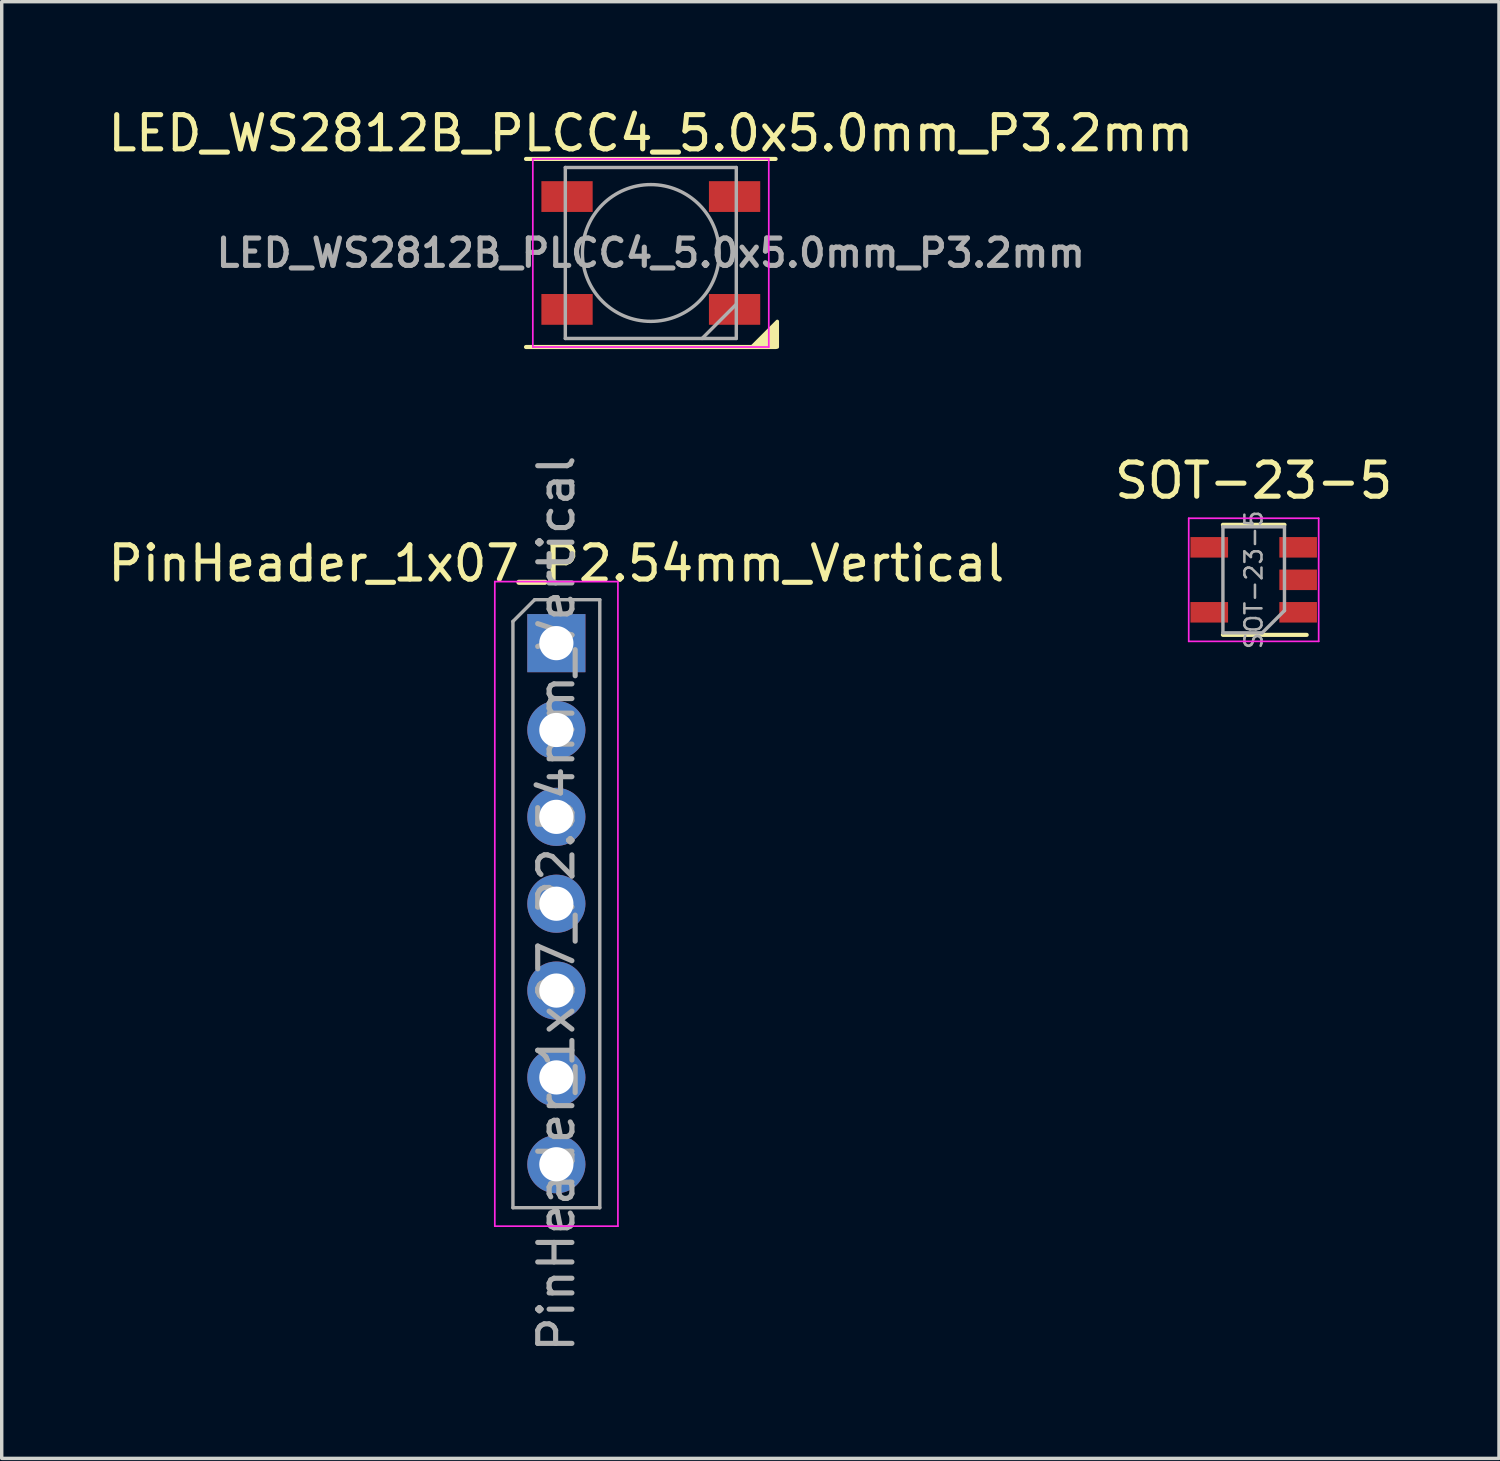
<source format=kicad_pcb>
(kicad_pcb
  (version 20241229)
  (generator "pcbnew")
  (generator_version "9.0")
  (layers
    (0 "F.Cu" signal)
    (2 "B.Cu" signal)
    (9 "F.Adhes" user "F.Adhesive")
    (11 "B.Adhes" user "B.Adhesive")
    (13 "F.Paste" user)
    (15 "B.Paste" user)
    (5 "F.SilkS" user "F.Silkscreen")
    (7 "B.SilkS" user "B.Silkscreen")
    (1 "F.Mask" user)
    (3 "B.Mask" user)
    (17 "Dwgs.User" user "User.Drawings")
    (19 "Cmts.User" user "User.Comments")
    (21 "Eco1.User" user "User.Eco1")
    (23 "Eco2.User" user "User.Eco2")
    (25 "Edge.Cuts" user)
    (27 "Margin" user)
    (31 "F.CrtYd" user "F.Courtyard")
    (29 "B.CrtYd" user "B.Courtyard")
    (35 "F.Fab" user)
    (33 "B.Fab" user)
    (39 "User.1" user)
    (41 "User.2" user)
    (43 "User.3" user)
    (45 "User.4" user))
  (footprint "SOT-23-5"
    (layer "F.Cu")
    (at 33.613 13.906)
    (property "Reference" "SOT-23-5" (at 0 -2.9 0) (layer "F.SilkS") (effects (font (size 1 1) (thickness 0.15))))
    (attr smd)
    (fp_line (start -0.9 1.61) (end 1.55 1.61) (stroke (width 0.12) (type solid)) (layer "F.SilkS"))
    (fp_line (start 0.9 -1.61) (end -0.9 -1.61) (stroke (width 0.12) (type solid)) (layer "F.SilkS"))
    (fp_line (start -1.9 -1.8) (end 1.9 -1.8) (stroke (width 0.05) (type solid)) (layer "F.CrtYd"))
    (fp_line (start -1.9 1.8) (end -1.9 -1.8) (stroke (width 0.05) (type solid)) (layer "F.CrtYd"))
    (fp_line (start 1.9 -1.8) (end 1.9 1.8) (stroke (width 0.05) (type solid)) (layer "F.CrtYd"))
    (fp_line (start 1.9 1.8) (end -1.9 1.8) (stroke (width 0.05) (type solid)) (layer "F.CrtYd"))
    (fp_line (start -0.9 -1.55) (end 0.9 -1.55) (stroke (width 0.1) (type solid)) (layer "F.Fab"))
    (fp_line (start -0.9 1.55) (end -0.9 -1.55) (stroke (width 0.1) (type solid)) (layer "F.Fab"))
    (fp_line (start -0.9 1.55) (end 0.25 1.55) (stroke (width 0.1) (type solid)) (layer "F.Fab"))
    (fp_line (start 0.9 0.9) (end 0.25 1.55) (stroke (width 0.1) (type solid)) (layer "F.Fab"))
    (fp_line (start 0.9 0.9) (end 0.9 -1.55) (stroke (width 0.1) (type solid)) (layer "F.Fab"))
    (fp_text user "${REFERENCE}" (at 0 0 270) (layer "F.Fab") (effects (font (size 0.5 0.5) (thickness 0.075))))
    (pad "1" smd rect (at 1.3 0.95 180) (size 1.1 0.6) (layers "F.Cu" "F.Mask" "F.Paste"))
    (pad "2" smd rect (at 1.3 0 180) (size 1.1 0.6) (layers "F.Cu" "F.Mask" "F.Paste"))
    (pad "3" smd rect (at 1.3 -0.95 180) (size 1.1 0.6) (layers "F.Cu" "F.Mask" "F.Paste"))
    (pad "4" smd rect (at -1.3 -0.95 180) (size 1.1 0.6) (layers "F.Cu" "F.Mask" "F.Paste"))
    (pad "5" smd rect (at -1.3 0.95 180) (size 1.1 0.6) (layers "F.Cu" "F.Mask" "F.Paste")))
  (footprint "PinHeader_1x07_P2.54mm_Vertical"
    (layer "F.Cu")
    (at 13.22 15.758)
    (property "Reference" "PinHeader_1x07_P2.54mm_Vertical" (at 0 -2.33 0) (layer "F.SilkS") (effects (font (size 1 1) (thickness 0.15))))
    (attr through_hole)
    (fp_line (start -1.8 -1.8) (end -1.8 17.05) (stroke (width 0.05) (type solid)) (layer "F.CrtYd"))
    (fp_line (start -1.8 17.05) (end 1.8 17.05) (stroke (width 0.05) (type solid)) (layer "F.CrtYd"))
    (fp_line (start 1.8 -1.8) (end -1.8 -1.8) (stroke (width 0.05) (type solid)) (layer "F.CrtYd"))
    (fp_line (start 1.8 17.05) (end 1.8 -1.8) (stroke (width 0.05) (type solid)) (layer "F.CrtYd"))
    (fp_line (start -1.27 -0.635) (end -0.635 -1.27) (stroke (width 0.1) (type solid)) (layer "F.Fab"))
    (fp_line (start -1.27 16.51) (end -1.27 -0.635) (stroke (width 0.1) (type solid)) (layer "F.Fab"))
    (fp_line (start -0.635 -1.27) (end 1.27 -1.27) (stroke (width 0.1) (type solid)) (layer "F.Fab"))
    (fp_line (start 1.27 -1.27) (end 1.27 16.51) (stroke (width 0.1) (type solid)) (layer "F.Fab"))
    (fp_line (start 1.27 16.51) (end -1.27 16.51) (stroke (width 0.1) (type solid)) (layer "F.Fab"))
    (fp_text user "${REFERENCE}" (at 0 7.62 90) (layer "F.Fab") (effects (font (size 1 1) (thickness 0.15))))
    (pad "1" thru_hole rect (at 0 0) (size 1.7 1.7) (drill 1) (layers "*.Cu" "*.Mask"))
    (pad "2" thru_hole oval (at 0 2.54) (size 1.7 1.7) (drill 1) (layers "*.Cu" "*.Mask"))
    (pad "3" thru_hole oval (at 0 5.08) (size 1.7 1.7) (drill 1) (layers "*.Cu" "*.Mask"))
    (pad "4" thru_hole oval (at 0 7.62) (size 1.7 1.7) (drill 1) (layers "*.Cu" "*.Mask"))
    (pad "5" thru_hole oval (at 0 10.16) (size 1.7 1.7) (drill 1) (layers "*.Cu" "*.Mask"))
    (pad "6" thru_hole oval (at 0 12.7) (size 1.7 1.7) (drill 1) (layers "*.Cu" "*.Mask"))
    (pad "7" thru_hole oval (at 0 15.24) (size 1.7 1.7) (drill 1) (layers "*.Cu" "*.Mask")))
  (footprint "LED_WS2812B_PLCC4_5.0x5.0mm_P3.2mm"
    (layer "F.Cu")
    (at 15.982 4.348)
    (property "Reference" "LED_WS2812B_PLCC4_5.0x5.0mm_P3.2mm" (at 0 -3.5 0) (layer "F.SilkS") (effects (font (size 1 1) (thickness 0.15))))
    (attr smd)
    (fp_line (start -3.65 -2.75) (end 3.65 -2.75) (stroke (width 0.12) (type solid)) (layer "F.SilkS"))
    (fp_line (start -3.65 2.75) (end 3.65 2.75) (stroke (width 0.12) (type solid)) (layer "F.SilkS"))
    (fp_poly (pts (xy 2.95 2.75) (xy 3.7 2.75) (xy 3.7 2)) (stroke (width 0.1) (type solid)) (fill yes) (layer "F.SilkS"))
    (fp_line (start -3.45 -2.75) (end -3.45 2.75) (stroke (width 0.05) (type solid)) (layer "F.CrtYd"))
    (fp_line (start -3.45 2.75) (end 3.45 2.75) (stroke (width 0.05) (type solid)) (layer "F.CrtYd"))
    (fp_line (start 3.45 -2.75) (end -3.45 -2.75) (stroke (width 0.05) (type solid)) (layer "F.CrtYd"))
    (fp_line (start 3.45 2.75) (end 3.45 -2.75) (stroke (width 0.05) (type solid)) (layer "F.CrtYd"))
    (fp_line (start -2.5 -2.5) (end -2.5 2.5) (stroke (width 0.1) (type solid)) (layer "F.Fab"))
    (fp_line (start -2.5 2.5) (end 2.5 2.5) (stroke (width 0.1) (type solid)) (layer "F.Fab"))
    (fp_line (start 2.5 -2.5) (end -2.5 -2.5) (stroke (width 0.1) (type solid)) (layer "F.Fab"))
    (fp_line (start 2.5 1.5) (end 1.5 2.5) (stroke (width 0.1) (type solid)) (layer "F.Fab"))
    (fp_line (start 2.5 2.5) (end 2.5 -2.5) (stroke (width 0.1) (type solid)) (layer "F.Fab"))
    (fp_circle (center 0 0) (end 0 -2) (stroke (width 0.1) (type solid)) (fill no) (layer "F.Fab"))
    (fp_text user "${REFERENCE}" (at 0 0 0) (layer "F.Fab") (effects (font (size 0.8 0.8) (thickness 0.15))))
    (pad "1" smd rect (at -2.45 -1.65) (size 1.5 0.9) (layers "F.Cu" "F.Mask" "F.Paste"))
    (pad "2" smd rect (at -2.45 1.65) (size 1.5 0.9) (layers "F.Cu" "F.Mask" "F.Paste"))
    (pad "3" smd rect (at 2.45 1.65) (size 1.5 0.9) (layers "F.Cu" "F.Mask" "F.Paste"))
    (pad "4" smd rect (at 2.45 -1.65) (size 1.5 0.9) (layers "F.Cu" "F.Mask" "F.Paste")))
  (gr_rect
    (start -3 -3)
    (end 40.786 39.599)
    (stroke (width 0.1) (type default))
    (fill no)
    (layer "Edge.Cuts")))
</source>
